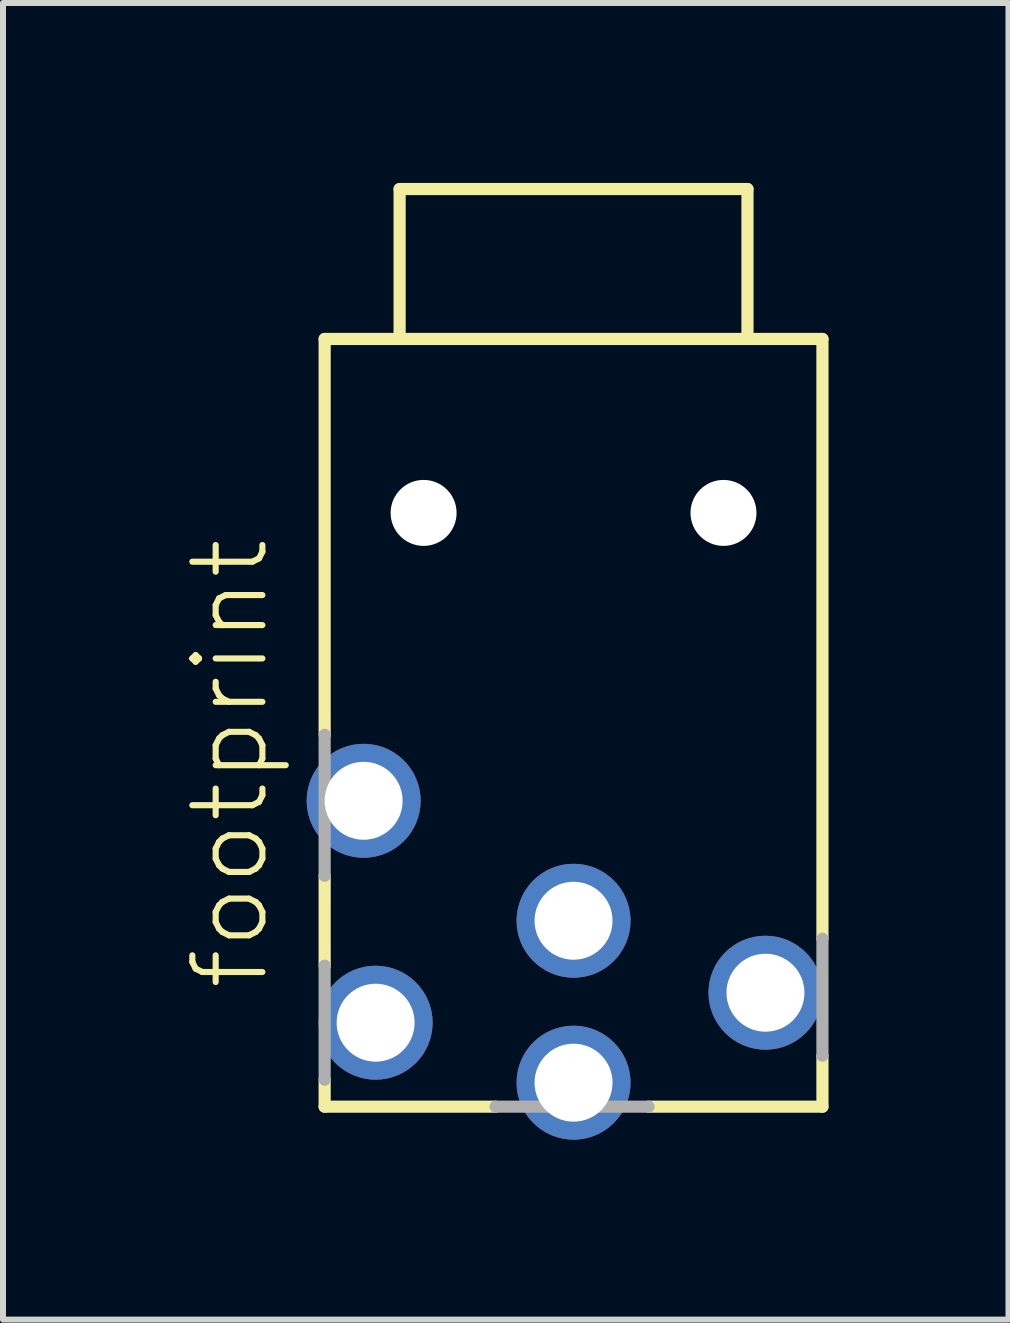
<source format=kicad_pcb>
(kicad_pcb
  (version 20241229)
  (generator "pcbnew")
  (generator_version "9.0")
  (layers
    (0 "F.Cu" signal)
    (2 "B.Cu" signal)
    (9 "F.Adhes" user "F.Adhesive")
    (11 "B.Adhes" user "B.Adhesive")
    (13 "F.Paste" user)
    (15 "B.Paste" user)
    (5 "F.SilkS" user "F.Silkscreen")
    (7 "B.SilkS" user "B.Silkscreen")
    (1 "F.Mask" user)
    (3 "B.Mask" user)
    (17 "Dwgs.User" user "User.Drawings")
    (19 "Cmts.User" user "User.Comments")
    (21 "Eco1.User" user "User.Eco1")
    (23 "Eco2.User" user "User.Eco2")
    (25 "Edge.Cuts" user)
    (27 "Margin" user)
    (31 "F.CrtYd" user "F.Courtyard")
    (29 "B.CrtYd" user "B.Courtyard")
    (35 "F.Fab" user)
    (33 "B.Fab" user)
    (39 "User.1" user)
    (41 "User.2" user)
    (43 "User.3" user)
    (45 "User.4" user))
  (footprint "footprint"
    (layer "F.Cu")
    (at 6.513 2.502)
    (property "Reference" "footprint" (at -5.04 11 90) (layer "F.SilkS") (effects (font (size 1.168 1.168) (thickness 0.102)) (justify left bottom)))
    (fp_line (start -4.15 0.1) (end 4.15 0.1) (stroke (width 0.203) (type solid)) (layer "F.SilkS"))
    (fp_line (start -4.15 6.7) (end -4.15 0.1) (stroke (width 0.203) (type solid)) (layer "F.SilkS"))
    (fp_line (start -4.15 10.55) (end -4.15 9.05) (stroke (width 0.203) (type solid)) (layer "F.SilkS"))
    (fp_line (start -4.15 12.9) (end -4.15 12.45) (stroke (width 0.203) (type solid)) (layer "F.SilkS"))
    (fp_line (start -2.9 -2.4) (end 2.9 -2.4) (stroke (width 0.203) (type solid)) (layer "F.SilkS"))
    (fp_line (start -2.9 0) (end -2.9 -2.4) (stroke (width 0.203) (type solid)) (layer "F.SilkS"))
    (fp_line (start -1.3 12.9) (end -4.15 12.9) (stroke (width 0.203) (type solid)) (layer "F.SilkS"))
    (fp_line (start 2.9 -2.4) (end 2.9 0) (stroke (width 0.203) (type solid)) (layer "F.SilkS"))
    (fp_line (start 4.15 0.1) (end 4.15 10.1) (stroke (width 0.203) (type solid)) (layer "F.SilkS"))
    (fp_line (start 4.15 12.05) (end 4.15 12.9) (stroke (width 0.203) (type solid)) (layer "F.SilkS"))
    (fp_line (start 4.15 12.9) (end 1.25 12.9) (stroke (width 0.203) (type solid)) (layer "F.SilkS"))
    (fp_line (start -4.15 9.05) (end -4.15 6.7) (stroke (width 0.203) (type solid)) (layer "F.Fab"))
    (fp_line (start -4.15 12.45) (end -4.15 10.55) (stroke (width 0.203) (type solid)) (layer "F.Fab"))
    (fp_line (start 1.25 12.9) (end -1.3 12.9) (stroke (width 0.203) (type solid)) (layer "F.Fab"))
    (fp_line (start 4.15 10.1) (end 4.15 12.05) (stroke (width 0.203) (type solid)) (layer "F.Fab"))
    (pad "" np_thru_hole circle (at -2.5 3) (size 1.1 1.1) (drill 1.1) (layers "*.Cu" "*.Mask"))
    (pad "" np_thru_hole circle (at 2.5 3) (size 1.1 1.1) (drill 1.1) (layers "*.Cu" "*.Mask"))
    (pad "1" thru_hole circle (at -3.5 7.8 180) (size 1.9 1.9) (drill 1.3) (layers "*.Cu" "*.Mask"))
    (pad "2" thru_hole circle (at 0 9.8 180) (size 1.9 1.9) (drill 1.3) (layers "*.Cu" "*.Mask"))
    (pad "3" thru_hole circle (at -3.3 11.5 180) (size 1.9 1.9) (drill 1.3) (layers "*.Cu" "*.Mask"))
    (pad "4" thru_hole circle (at 3.2 11 180) (size 1.9 1.9) (drill 1.3) (layers "*.Cu" "*.Mask"))
    (pad "5" thru_hole circle (at 0 12.5 180) (size 1.9 1.9) (drill 1.3) (layers "*.Cu" "*.Mask")))
  (gr_rect
    (start -3 -3)
    (end 13.765 18.952)
    (stroke (width 0.1) (type default))
    (fill no)
    (layer "Edge.Cuts")))
</source>
